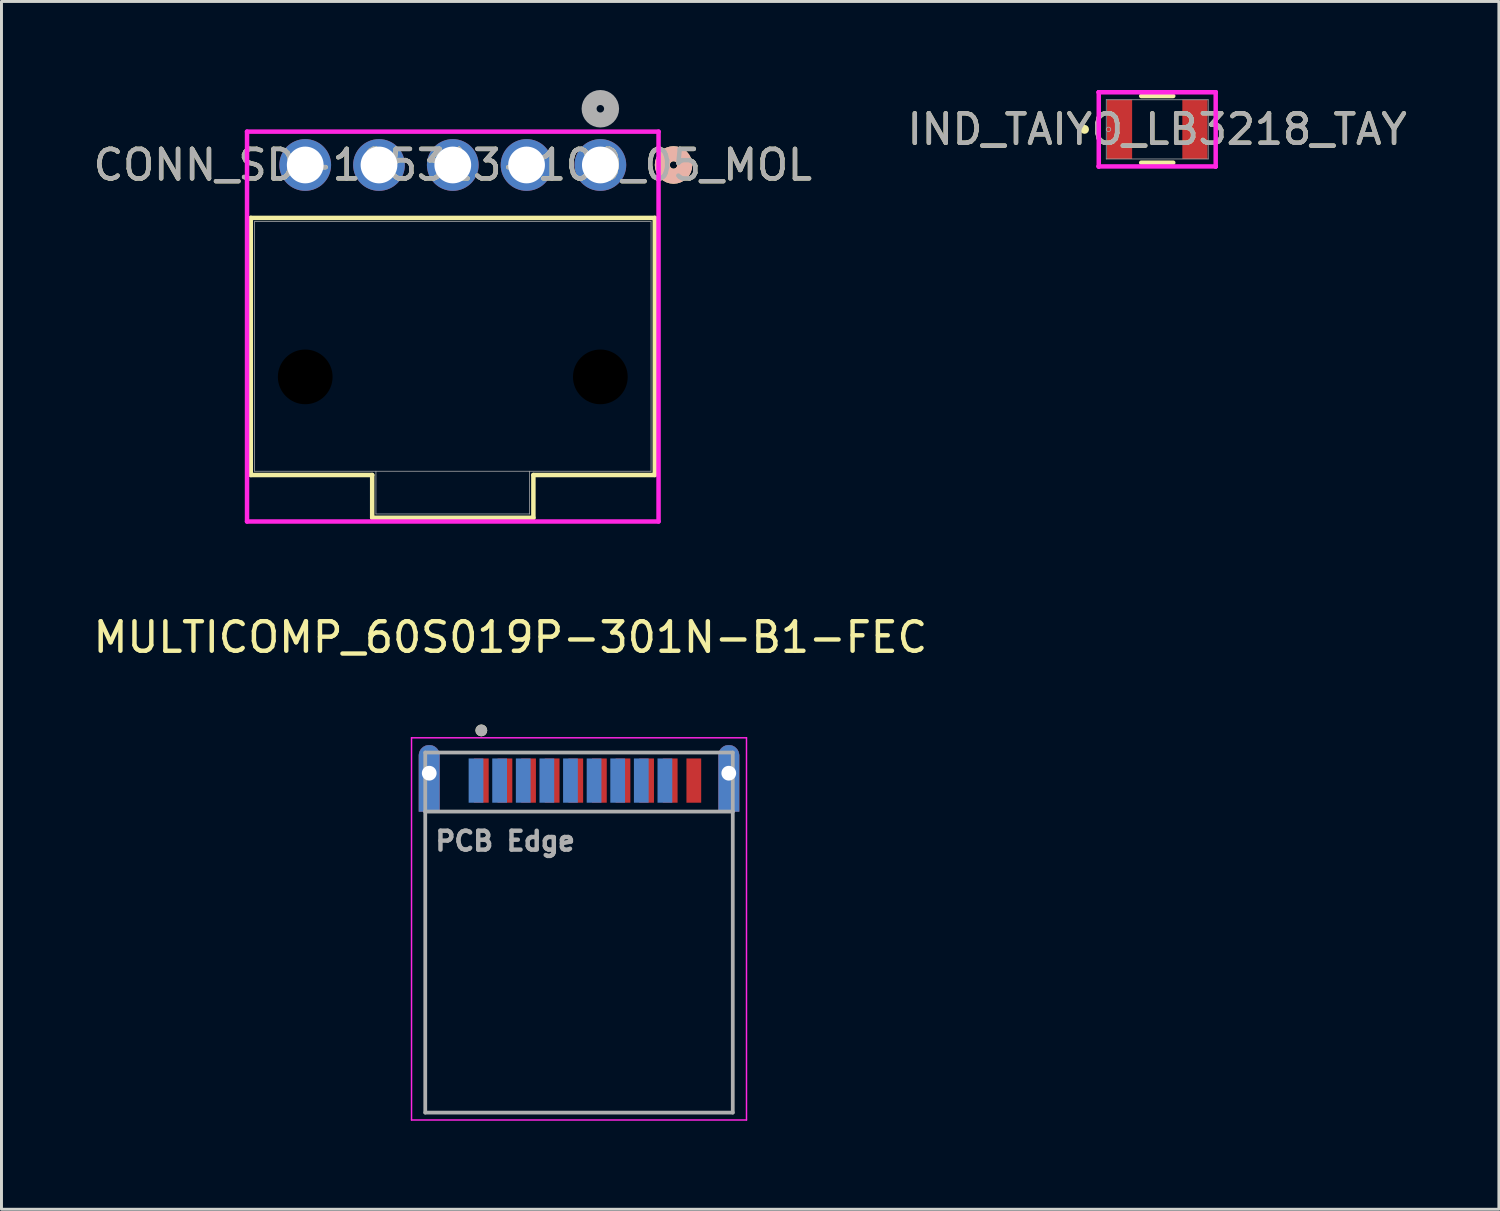
<source format=kicad_pcb>
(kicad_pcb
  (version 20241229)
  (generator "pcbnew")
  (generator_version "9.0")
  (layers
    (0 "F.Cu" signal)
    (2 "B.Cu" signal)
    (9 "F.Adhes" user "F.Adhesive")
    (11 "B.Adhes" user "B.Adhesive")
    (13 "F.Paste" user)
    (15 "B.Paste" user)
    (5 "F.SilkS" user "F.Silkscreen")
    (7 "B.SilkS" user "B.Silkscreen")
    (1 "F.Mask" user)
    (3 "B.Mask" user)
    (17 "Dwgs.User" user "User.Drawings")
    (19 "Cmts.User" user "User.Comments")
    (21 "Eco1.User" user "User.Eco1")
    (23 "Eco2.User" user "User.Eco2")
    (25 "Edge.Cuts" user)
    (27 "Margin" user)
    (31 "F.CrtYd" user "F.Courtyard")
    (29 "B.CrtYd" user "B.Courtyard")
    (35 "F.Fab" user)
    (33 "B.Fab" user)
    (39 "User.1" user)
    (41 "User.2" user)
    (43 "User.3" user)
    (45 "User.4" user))
  (footprint "MULTICOMP_60S019P-301N-B1-FEC"
    (layer "F.Cu")
    (at 16.569 24.449)
    (property "Reference" "MULTICOMP_60S019P-301N-B1-FEC" (at -2.325 -5.905 0) (layer "F.SilkS") (effects (font (size 1 1) (thickness 0.15))))
    (attr smd)
    (fp_poly (pts (xy -4.725 0) (xy -5.425 0) (xy -5.425 -1.9) (xy -5.425 -1.918) (xy -5.423 -1.937) (xy -5.421 -1.955) (xy -5.417 -1.973) (xy -5.413 -1.991) (xy -5.408 -2.008) (xy -5.402 -2.025) (xy -5.395 -2.042) (xy -5.387 -2.059) (xy -5.378 -2.075) (xy -5.369 -2.091) (xy -5.358 -2.106) (xy -5.347 -2.12) (xy -5.335 -2.134) (xy -5.322 -2.147) (xy -5.309 -2.16) (xy -5.295 -2.172) (xy -5.281 -2.183) (xy -5.266 -2.194) (xy -5.25 -2.203) (xy -5.234 -2.212) (xy -5.217 -2.22) (xy -5.2 -2.227) (xy -5.183 -2.233) (xy -5.166 -2.238) (xy -5.148 -2.242) (xy -5.13 -2.246) (xy -5.112 -2.248) (xy -5.093 -2.25) (xy -5.075 -2.25) (xy -5.057 -2.25) (xy -5.038 -2.248) (xy -5.02 -2.246) (xy -5.002 -2.242) (xy -4.984 -2.238) (xy -4.967 -2.233) (xy -4.95 -2.227) (xy -4.933 -2.22) (xy -4.916 -2.212) (xy -4.9 -2.203) (xy -4.884 -2.194) (xy -4.869 -2.183) (xy -4.855 -2.172) (xy -4.841 -2.16) (xy -4.828 -2.147) (xy -4.815 -2.134) (xy -4.803 -2.12) (xy -4.792 -2.106) (xy -4.781 -2.091) (xy -4.772 -2.075) (xy -4.763 -2.059) (xy -4.755 -2.042) (xy -4.748 -2.025) (xy -4.742 -2.008) (xy -4.737 -1.991) (xy -4.733 -1.973) (xy -4.729 -1.955) (xy -4.727 -1.937) (xy -4.725 -1.918) (xy -4.725 -1.9) (xy -4.725 0)) (stroke (width 0.01) (type solid)) (fill yes) (layer "F.Cu"))
    (fp_poly (pts (xy 5.425 0) (xy 4.725 0) (xy 4.725 -1.9) (xy 4.725 -1.918) (xy 4.727 -1.937) (xy 4.729 -1.955) (xy 4.733 -1.973) (xy 4.737 -1.991) (xy 4.742 -2.008) (xy 4.748 -2.025) (xy 4.755 -2.042) (xy 4.763 -2.059) (xy 4.772 -2.075) (xy 4.781 -2.091) (xy 4.792 -2.106) (xy 4.803 -2.12) (xy 4.815 -2.134) (xy 4.828 -2.147) (xy 4.841 -2.16) (xy 4.855 -2.172) (xy 4.869 -2.183) (xy 4.884 -2.194) (xy 4.9 -2.203) (xy 4.916 -2.212) (xy 4.933 -2.22) (xy 4.95 -2.227) (xy 4.967 -2.233) (xy 4.984 -2.238) (xy 5.002 -2.242) (xy 5.02 -2.246) (xy 5.038 -2.248) (xy 5.057 -2.25) (xy 5.075 -2.25) (xy 5.093 -2.25) (xy 5.112 -2.248) (xy 5.13 -2.246) (xy 5.148 -2.242) (xy 5.166 -2.238) (xy 5.183 -2.233) (xy 5.2 -2.227) (xy 5.217 -2.22) (xy 5.234 -2.212) (xy 5.25 -2.203) (xy 5.266 -2.194) (xy 5.281 -2.183) (xy 5.295 -2.172) (xy 5.309 -2.16) (xy 5.322 -2.147) (xy 5.335 -2.134) (xy 5.347 -2.12) (xy 5.358 -2.106) (xy 5.369 -2.091) (xy 5.378 -2.075) (xy 5.387 -2.059) (xy 5.395 -2.042) (xy 5.402 -2.025) (xy 5.408 -2.008) (xy 5.413 -1.991) (xy 5.417 -1.973) (xy 5.421 -1.955) (xy 5.423 -1.937) (xy 5.425 -1.918) (xy 5.425 -1.9) (xy 5.425 0)) (stroke (width 0.01) (type solid)) (fill yes) (layer "F.Cu"))
    (fp_poly (pts (xy -4.625 0.1) (xy -5.525 0.1) (xy -5.525 -1.9) (xy -5.524 -1.924) (xy -5.523 -1.947) (xy -5.519 -1.97) (xy -5.515 -1.994) (xy -5.51 -2.016) (xy -5.503 -2.039) (xy -5.495 -2.061) (xy -5.486 -2.083) (xy -5.476 -2.104) (xy -5.465 -2.125) (xy -5.452 -2.145) (xy -5.439 -2.165) (xy -5.425 -2.183) (xy -5.409 -2.201) (xy -5.393 -2.218) (xy -5.376 -2.234) (xy -5.358 -2.25) (xy -5.34 -2.264) (xy -5.32 -2.277) (xy -5.3 -2.29) (xy -5.279 -2.301) (xy -5.258 -2.311) (xy -5.236 -2.32) (xy -5.214 -2.328) (xy -5.191 -2.335) (xy -5.169 -2.34) (xy -5.145 -2.344) (xy -5.122 -2.348) (xy -5.099 -2.349) (xy -5.075 -2.35) (xy -5.051 -2.349) (xy -5.028 -2.348) (xy -5.005 -2.344) (xy -4.981 -2.34) (xy -4.959 -2.335) (xy -4.936 -2.328) (xy -4.914 -2.32) (xy -4.892 -2.311) (xy -4.871 -2.301) (xy -4.85 -2.29) (xy -4.83 -2.277) (xy -4.81 -2.264) (xy -4.792 -2.25) (xy -4.774 -2.234) (xy -4.757 -2.218) (xy -4.741 -2.201) (xy -4.725 -2.183) (xy -4.711 -2.165) (xy -4.698 -2.145) (xy -4.685 -2.125) (xy -4.674 -2.104) (xy -4.664 -2.083) (xy -4.655 -2.061) (xy -4.647 -2.039) (xy -4.64 -2.016) (xy -4.635 -1.994) (xy -4.631 -1.97) (xy -4.627 -1.947) (xy -4.626 -1.924) (xy -4.625 -1.9) (xy -4.625 0.1)) (stroke (width 0.01) (type solid)) (fill yes) (layer "F.Mask"))
    (fp_poly (pts (xy 5.525 0.1) (xy 4.625 0.1) (xy 4.625 -1.9) (xy 4.626 -1.924) (xy 4.627 -1.947) (xy 4.631 -1.97) (xy 4.635 -1.994) (xy 4.64 -2.016) (xy 4.647 -2.039) (xy 4.655 -2.061) (xy 4.664 -2.083) (xy 4.674 -2.104) (xy 4.685 -2.125) (xy 4.698 -2.145) (xy 4.711 -2.165) (xy 4.725 -2.183) (xy 4.741 -2.201) (xy 4.757 -2.218) (xy 4.774 -2.234) (xy 4.792 -2.25) (xy 4.81 -2.264) (xy 4.83 -2.277) (xy 4.85 -2.29) (xy 4.871 -2.301) (xy 4.892 -2.311) (xy 4.914 -2.32) (xy 4.936 -2.328) (xy 4.959 -2.335) (xy 4.981 -2.34) (xy 5.005 -2.344) (xy 5.028 -2.348) (xy 5.051 -2.349) (xy 5.075 -2.35) (xy 5.099 -2.349) (xy 5.122 -2.348) (xy 5.145 -2.344) (xy 5.169 -2.34) (xy 5.191 -2.335) (xy 5.214 -2.328) (xy 5.236 -2.32) (xy 5.258 -2.311) (xy 5.279 -2.301) (xy 5.3 -2.29) (xy 5.32 -2.277) (xy 5.34 -2.264) (xy 5.358 -2.25) (xy 5.376 -2.234) (xy 5.393 -2.218) (xy 5.409 -2.201) (xy 5.425 -2.183) (xy 5.439 -2.165) (xy 5.452 -2.145) (xy 5.465 -2.125) (xy 5.476 -2.104) (xy 5.486 -2.083) (xy 5.495 -2.061) (xy 5.503 -2.039) (xy 5.51 -2.016) (xy 5.515 -1.994) (xy 5.519 -1.97) (xy 5.523 -1.947) (xy 5.524 -1.924) (xy 5.525 -1.9) (xy 5.525 0.1)) (stroke (width 0.01) (type solid)) (fill yes) (layer "F.Mask"))
    (fp_poly (pts (xy -4.725 0) (xy -5.425 0) (xy -5.425 -1.9) (xy -5.425 -1.918) (xy -5.423 -1.937) (xy -5.421 -1.955) (xy -5.417 -1.973) (xy -5.413 -1.991) (xy -5.408 -2.008) (xy -5.402 -2.025) (xy -5.395 -2.042) (xy -5.387 -2.059) (xy -5.378 -2.075) (xy -5.369 -2.091) (xy -5.358 -2.106) (xy -5.347 -2.12) (xy -5.335 -2.134) (xy -5.322 -2.147) (xy -5.309 -2.16) (xy -5.295 -2.172) (xy -5.281 -2.183) (xy -5.266 -2.194) (xy -5.25 -2.203) (xy -5.234 -2.212) (xy -5.217 -2.22) (xy -5.2 -2.227) (xy -5.183 -2.233) (xy -5.166 -2.238) (xy -5.148 -2.242) (xy -5.13 -2.246) (xy -5.112 -2.248) (xy -5.093 -2.25) (xy -5.075 -2.25) (xy -5.057 -2.25) (xy -5.038 -2.248) (xy -5.02 -2.246) (xy -5.002 -2.242) (xy -4.984 -2.238) (xy -4.967 -2.233) (xy -4.95 -2.227) (xy -4.933 -2.22) (xy -4.916 -2.212) (xy -4.9 -2.203) (xy -4.884 -2.194) (xy -4.869 -2.183) (xy -4.855 -2.172) (xy -4.841 -2.16) (xy -4.828 -2.147) (xy -4.815 -2.134) (xy -4.803 -2.12) (xy -4.792 -2.106) (xy -4.781 -2.091) (xy -4.772 -2.075) (xy -4.763 -2.059) (xy -4.755 -2.042) (xy -4.748 -2.025) (xy -4.742 -2.008) (xy -4.737 -1.991) (xy -4.733 -1.973) (xy -4.729 -1.955) (xy -4.727 -1.937) (xy -4.725 -1.918) (xy -4.725 -1.9) (xy -4.725 0)) (stroke (width 0.01) (type solid)) (fill yes) (layer "B.Cu"))
    (fp_poly (pts (xy 5.425 0) (xy 4.725 0) (xy 4.725 -1.9) (xy 4.725 -1.918) (xy 4.727 -1.937) (xy 4.729 -1.955) (xy 4.733 -1.973) (xy 4.737 -1.991) (xy 4.742 -2.008) (xy 4.748 -2.025) (xy 4.755 -2.042) (xy 4.763 -2.059) (xy 4.772 -2.075) (xy 4.781 -2.091) (xy 4.792 -2.106) (xy 4.803 -2.12) (xy 4.815 -2.134) (xy 4.828 -2.147) (xy 4.841 -2.16) (xy 4.855 -2.172) (xy 4.869 -2.183) (xy 4.884 -2.194) (xy 4.9 -2.203) (xy 4.916 -2.212) (xy 4.933 -2.22) (xy 4.95 -2.227) (xy 4.967 -2.233) (xy 4.984 -2.238) (xy 5.002 -2.242) (xy 5.02 -2.246) (xy 5.038 -2.248) (xy 5.057 -2.25) (xy 5.075 -2.25) (xy 5.093 -2.25) (xy 5.112 -2.248) (xy 5.13 -2.246) (xy 5.148 -2.242) (xy 5.166 -2.238) (xy 5.183 -2.233) (xy 5.2 -2.227) (xy 5.217 -2.22) (xy 5.234 -2.212) (xy 5.25 -2.203) (xy 5.266 -2.194) (xy 5.281 -2.183) (xy 5.295 -2.172) (xy 5.309 -2.16) (xy 5.322 -2.147) (xy 5.335 -2.134) (xy 5.347 -2.12) (xy 5.358 -2.106) (xy 5.369 -2.091) (xy 5.378 -2.075) (xy 5.387 -2.059) (xy 5.395 -2.042) (xy 5.402 -2.025) (xy 5.408 -2.008) (xy 5.413 -1.991) (xy 5.417 -1.973) (xy 5.421 -1.955) (xy 5.423 -1.937) (xy 5.425 -1.918) (xy 5.425 -1.9) (xy 5.425 0)) (stroke (width 0.01) (type solid)) (fill yes) (layer "B.Cu"))
    (fp_poly (pts (xy -4.625 0.1) (xy -5.525 0.1) (xy -5.525 -1.9) (xy -5.524 -1.924) (xy -5.523 -1.947) (xy -5.519 -1.97) (xy -5.515 -1.994) (xy -5.51 -2.016) (xy -5.503 -2.039) (xy -5.495 -2.061) (xy -5.486 -2.083) (xy -5.476 -2.104) (xy -5.465 -2.125) (xy -5.452 -2.145) (xy -5.439 -2.165) (xy -5.425 -2.183) (xy -5.409 -2.201) (xy -5.393 -2.218) (xy -5.376 -2.234) (xy -5.358 -2.25) (xy -5.34 -2.264) (xy -5.32 -2.277) (xy -5.3 -2.29) (xy -5.279 -2.301) (xy -5.258 -2.311) (xy -5.236 -2.32) (xy -5.214 -2.328) (xy -5.191 -2.335) (xy -5.169 -2.34) (xy -5.145 -2.344) (xy -5.122 -2.348) (xy -5.099 -2.349) (xy -5.075 -2.35) (xy -5.051 -2.349) (xy -5.028 -2.348) (xy -5.005 -2.344) (xy -4.981 -2.34) (xy -4.959 -2.335) (xy -4.936 -2.328) (xy -4.914 -2.32) (xy -4.892 -2.311) (xy -4.871 -2.301) (xy -4.85 -2.29) (xy -4.83 -2.277) (xy -4.81 -2.264) (xy -4.792 -2.25) (xy -4.774 -2.234) (xy -4.757 -2.218) (xy -4.741 -2.201) (xy -4.725 -2.183) (xy -4.711 -2.165) (xy -4.698 -2.145) (xy -4.685 -2.125) (xy -4.674 -2.104) (xy -4.664 -2.083) (xy -4.655 -2.061) (xy -4.647 -2.039) (xy -4.64 -2.016) (xy -4.635 -1.994) (xy -4.631 -1.97) (xy -4.627 -1.947) (xy -4.626 -1.924) (xy -4.625 -1.9) (xy -4.625 0.1)) (stroke (width 0.01) (type solid)) (fill yes) (layer "B.Mask"))
    (fp_poly (pts (xy 5.525 0.1) (xy 4.625 0.1) (xy 4.625 -1.9) (xy 4.626 -1.924) (xy 4.627 -1.947) (xy 4.631 -1.97) (xy 4.635 -1.994) (xy 4.64 -2.016) (xy 4.647 -2.039) (xy 4.655 -2.061) (xy 4.664 -2.083) (xy 4.674 -2.104) (xy 4.685 -2.125) (xy 4.698 -2.145) (xy 4.711 -2.165) (xy 4.725 -2.183) (xy 4.741 -2.201) (xy 4.757 -2.218) (xy 4.774 -2.234) (xy 4.792 -2.25) (xy 4.81 -2.264) (xy 4.83 -2.277) (xy 4.85 -2.29) (xy 4.871 -2.301) (xy 4.892 -2.311) (xy 4.914 -2.32) (xy 4.936 -2.328) (xy 4.959 -2.335) (xy 4.981 -2.34) (xy 5.005 -2.344) (xy 5.028 -2.348) (xy 5.051 -2.349) (xy 5.075 -2.35) (xy 5.099 -2.349) (xy 5.122 -2.348) (xy 5.145 -2.344) (xy 5.169 -2.34) (xy 5.191 -2.335) (xy 5.214 -2.328) (xy 5.236 -2.32) (xy 5.258 -2.311) (xy 5.279 -2.301) (xy 5.3 -2.29) (xy 5.32 -2.277) (xy 5.34 -2.264) (xy 5.358 -2.25) (xy 5.376 -2.234) (xy 5.393 -2.218) (xy 5.409 -2.201) (xy 5.425 -2.183) (xy 5.439 -2.165) (xy 5.452 -2.145) (xy 5.465 -2.125) (xy 5.476 -2.104) (xy 5.486 -2.083) (xy 5.495 -2.061) (xy 5.503 -2.039) (xy 5.51 -2.016) (xy 5.515 -1.994) (xy 5.519 -1.97) (xy 5.523 -1.947) (xy 5.524 -1.924) (xy 5.525 -1.9) (xy 5.525 0.1)) (stroke (width 0.01) (type solid)) (fill yes) (layer "B.Mask"))
    (fp_circle (center -3.31 -2.75) (end -3.21 -2.75) (stroke (width 0.2) (type solid)) (fill no) (layer "F.SilkS"))
    (fp_line (start -5.675 -2.5) (end 5.675 -2.5) (stroke (width 0.05) (type solid)) (layer "F.CrtYd"))
    (fp_line (start -5.675 10.45) (end -5.675 -2.5) (stroke (width 0.05) (type solid)) (layer "F.CrtYd"))
    (fp_line (start 5.675 -2.5) (end 5.675 10.45) (stroke (width 0.05) (type solid)) (layer "F.CrtYd"))
    (fp_line (start 5.675 10.45) (end -5.675 10.45) (stroke (width 0.05) (type solid)) (layer "F.CrtYd"))
    (fp_line (start -5.21 0) (end -5.21 -2) (stroke (width 0.127) (type solid)) (layer "F.Fab"))
    (fp_line (start -5.21 10.2) (end -5.21 0) (stroke (width 0.127) (type solid)) (layer "F.Fab"))
    (fp_line (start 5.21 -2) (end -5.21 -2) (stroke (width 0.127) (type solid)) (layer "F.Fab"))
    (fp_line (start 5.21 -2) (end 5.21 0) (stroke (width 0.127) (type solid)) (layer "F.Fab"))
    (fp_line (start 5.21 0) (end -5.21 0) (stroke (width 0.127) (type solid)) (layer "F.Fab"))
    (fp_line (start 5.21 0) (end 5.21 10.2) (stroke (width 0.127) (type solid)) (layer "F.Fab"))
    (fp_line (start 5.21 10.2) (end -5.21 10.2) (stroke (width 0.127) (type solid)) (layer "F.Fab"))
    (fp_circle (center -3.31 -2.75) (end -3.21 -2.75) (stroke (width 0.2) (type solid)) (fill no) (layer "F.Fab"))
    (fp_text user "PCB Edge" (at -2.5 1 0) (layer "F.Fab") (effects (font (size 0.64 0.64) (thickness 0.15))))
    (pad "1" smd rect (at -3.31 -1.05) (size 0.5 1.5) (layers "F.Cu" "F.Mask" "F.Paste"))
    (pad "2" smd rect (at -3.49 -1.05) (size 0.5 1.5) (layers "B.Cu" "B.Mask" "B.Paste"))
    (pad "3" smd rect (at -2.51 -1.05) (size 0.5 1.5) (layers "F.Cu" "F.Mask" "F.Paste"))
    (pad "4" smd rect (at -2.69 -1.05) (size 0.5 1.5) (layers "B.Cu" "B.Mask" "B.Paste"))
    (pad "5" smd rect (at -1.71 -1.05) (size 0.5 1.5) (layers "F.Cu" "F.Mask" "F.Paste"))
    (pad "6" smd rect (at -1.89 -1.05) (size 0.5 1.5) (layers "B.Cu" "B.Mask" "B.Paste"))
    (pad "7" smd rect (at -0.91 -1.05) (size 0.5 1.5) (layers "F.Cu" "F.Mask" "F.Paste"))
    (pad "8" smd rect (at -1.09 -1.05) (size 0.5 1.5) (layers "B.Cu" "B.Mask" "B.Paste"))
    (pad "9" smd rect (at -0.11 -1.05) (size 0.5 1.5) (layers "F.Cu" "F.Mask" "F.Paste"))
    (pad "10" smd rect (at -0.29 -1.05) (size 0.5 1.5) (layers "B.Cu" "B.Mask" "B.Paste"))
    (pad "11" smd rect (at 0.69 -1.05) (size 0.5 1.5) (layers "F.Cu" "F.Mask" "F.Paste"))
    (pad "12" smd rect (at 0.51 -1.05) (size 0.5 1.5) (layers "B.Cu" "B.Mask" "B.Paste"))
    (pad "13" smd rect (at 1.49 -1.05) (size 0.5 1.5) (layers "F.Cu" "F.Mask" "F.Paste"))
    (pad "14" smd rect (at 1.31 -1.05) (size 0.5 1.5) (layers "B.Cu" "B.Mask" "B.Paste"))
    (pad "15" smd rect (at 2.29 -1.05) (size 0.5 1.5) (layers "F.Cu" "F.Mask" "F.Paste"))
    (pad "16" smd rect (at 2.11 -1.05) (size 0.5 1.5) (layers "B.Cu" "B.Mask" "B.Paste"))
    (pad "17" smd rect (at 3.09 -1.05) (size 0.5 1.5) (layers "F.Cu" "F.Mask" "F.Paste"))
    (pad "18" smd rect (at 2.91 -1.05) (size 0.5 1.5) (layers "B.Cu" "B.Mask" "B.Paste"))
    (pad "19" smd rect (at 3.89 -1.05) (size 0.5 1.5) (layers "F.Cu" "F.Mask" "F.Paste"))
    (pad "SH1" thru_hole circle (at -5.075 -1.3) (size 0.6 0.6) (drill 0.5) (layers "*.Cu"))
    (pad "SH2" thru_hole circle (at 5.075 -1.3) (size 0.6 0.6) (drill 0.5) (layers "*.Cu")))
  (footprint "IND_TAIYO_LB3218_TAY"
    (layer "F.Cu")
    (at 36.161 1.333)
    (property "Reference" "IND_TAIYO_LB3218_TAY" (at 0 0 0) (unlocked yes) (layer "F.SilkS") (effects (font (size 1 1) (thickness 0.15))))
    (attr smd)
    (fp_line (start -0.543 1.13) (end 0.543 1.13) (stroke (width 0.152) (type solid)) (layer "F.SilkS"))
    (fp_line (start 0.543 -1.13) (end -0.543 -1.13) (stroke (width 0.152) (type solid)) (layer "F.SilkS"))
    (fp_circle (center -2.464 0) (end -2.388 0) (stroke (width 0.152) (type solid)) (fill no) (layer "F.SilkS"))
    (fp_line (start -1.981 -1.257) (end -1.981 -1.257) (stroke (width 0.152) (type solid)) (layer "F.CrtYd"))
    (fp_line (start -1.981 -1.257) (end -1.981 -1.257) (stroke (width 0.152) (type solid)) (layer "F.CrtYd"))
    (fp_line (start -1.981 -1.257) (end 1.981 -1.257) (stroke (width 0.152) (type solid)) (layer "F.CrtYd"))
    (fp_line (start -1.981 1.257) (end -1.981 -1.257) (stroke (width 0.152) (type solid)) (layer "F.CrtYd"))
    (fp_line (start -1.981 1.257) (end -1.981 1.257) (stroke (width 0.152) (type solid)) (layer "F.CrtYd"))
    (fp_line (start -1.981 1.257) (end -1.981 1.257) (stroke (width 0.152) (type solid)) (layer "F.CrtYd"))
    (fp_line (start 1.981 -1.257) (end 1.981 -1.257) (stroke (width 0.152) (type solid)) (layer "F.CrtYd"))
    (fp_line (start 1.981 -1.257) (end 1.981 -1.257) (stroke (width 0.152) (type solid)) (layer "F.CrtYd"))
    (fp_line (start 1.981 -1.257) (end 1.981 1.257) (stroke (width 0.152) (type solid)) (layer "F.CrtYd"))
    (fp_line (start 1.981 1.257) (end -1.981 1.257) (stroke (width 0.152) (type solid)) (layer "F.CrtYd"))
    (fp_line (start 1.981 1.257) (end 1.981 1.257) (stroke (width 0.152) (type solid)) (layer "F.CrtYd"))
    (fp_line (start 1.981 1.257) (end 1.981 1.257) (stroke (width 0.152) (type solid)) (layer "F.CrtYd"))
    (fp_line (start -1.727 -1.003) (end -1.727 1.003) (stroke (width 0.025) (type solid)) (layer "F.Fab"))
    (fp_line (start -1.727 1.003) (end 1.727 1.003) (stroke (width 0.025) (type solid)) (layer "F.Fab"))
    (fp_line (start 1.727 -1.003) (end -1.727 -1.003) (stroke (width 0.025) (type solid)) (layer "F.Fab"))
    (fp_line (start 1.727 1.003) (end 1.727 -1.003) (stroke (width 0.025) (type solid)) (layer "F.Fab"))
    (fp_circle (center -1.651 0) (end -1.575 0) (stroke (width 0.025) (type solid)) (fill no) (layer "F.Fab"))
    (fp_text user "${REFERENCE}" (at 0 0 0) (unlocked yes) (layer "F.Fab") (effects (font (size 1 1) (thickness 0.15))))
    (pad "1" smd rect (at -1.276 0) (size 0.851 2.007) (layers "F.Cu" "F.Mask" "F.Paste"))
    (pad "2" smd rect (at 1.276 0) (size 0.851 2.007) (layers "F.Cu" "F.Mask" "F.Paste"))
    (zone (net_name "") (layer "F.Cu") (hatch full 0.508) (connect_pads) (min_thickness 0.254) (filled_areas_thickness no) (keepout (tracks not_allowed) (vias not_allowed) (pads allowed) (copperpour not_allowed) (footprints allowed)) (placement (enabled no)) (fill) (polygon (pts (xy 35.361 0.381) (xy 36.961 0.381) (xy 36.961 2.286) (xy 35.361 2.286)))))
  (footprint "CONN_SD-105313-100_05_MOL"
    (layer "F.Cu")
    (at 17.292 2.54)
    (property "Reference" "CONN_SD-105313-100_05_MOL" (at -5 0 0) (unlocked yes) (layer "F.SilkS") (effects (font (size 1 1) (thickness 0.15))))
    (attr through_hole)
    (fp_line (start -11.845 1.793) (end -11.845 10.505) (stroke (width 0.152) (type solid)) (layer "F.SilkS"))
    (fp_line (start -11.845 10.505) (end -7.731 10.505) (stroke (width 0.152) (type solid)) (layer "F.SilkS"))
    (fp_line (start -7.731 10.505) (end -7.731 11.953) (stroke (width 0.152) (type solid)) (layer "F.SilkS"))
    (fp_line (start -7.731 11.953) (end -2.269 11.953) (stroke (width 0.152) (type solid)) (layer "F.SilkS"))
    (fp_line (start -2.269 10.505) (end 1.845 10.505) (stroke (width 0.152) (type solid)) (layer "F.SilkS"))
    (fp_line (start -2.269 11.953) (end -2.269 10.505) (stroke (width 0.152) (type solid)) (layer "F.SilkS"))
    (fp_line (start 1.845 1.793) (end -11.845 1.793) (stroke (width 0.152) (type solid)) (layer "F.SilkS"))
    (fp_line (start 1.845 10.505) (end 1.845 1.793) (stroke (width 0.152) (type solid)) (layer "F.SilkS"))
    (fp_circle (center 2.48 0) (end 2.861 0) (stroke (width 0.508) (type solid)) (fill no) (layer "F.SilkS"))
    (fp_circle (center 2.48 0) (end 2.861 0) (stroke (width 0.508) (type solid)) (fill no) (layer "B.SilkS"))
    (fp_line (start -11.972 -1.13) (end -11.972 12.08) (stroke (width 0.152) (type solid)) (layer "F.CrtYd"))
    (fp_line (start -11.972 12.08) (end 1.972 12.08) (stroke (width 0.152) (type solid)) (layer "F.CrtYd"))
    (fp_line (start 1.972 -1.13) (end -11.972 -1.13) (stroke (width 0.152) (type solid)) (layer "F.CrtYd"))
    (fp_line (start 1.972 12.08) (end 1.972 -1.13) (stroke (width 0.152) (type solid)) (layer "F.CrtYd"))
    (fp_line (start -11.718 1.92) (end -11.718 10.378) (stroke (width 0.025) (type solid)) (layer "F.Fab"))
    (fp_line (start -11.718 10.378) (end 1.718 10.378) (stroke (width 0.025) (type solid)) (layer "F.Fab"))
    (fp_line (start -7.604 10.378) (end -7.604 11.826) (stroke (width 0.025) (type solid)) (layer "F.Fab"))
    (fp_line (start -7.604 11.826) (end -2.397 11.826) (stroke (width 0.025) (type solid)) (layer "F.Fab"))
    (fp_line (start -2.397 10.378) (end -2.397 11.826) (stroke (width 0.025) (type solid)) (layer "F.Fab"))
    (fp_line (start 1.718 1.92) (end -11.718 1.92) (stroke (width 0.025) (type solid)) (layer "F.Fab"))
    (fp_line (start 1.718 10.378) (end 1.718 1.92) (stroke (width 0.025) (type solid)) (layer "F.Fab"))
    (fp_circle (center 0 -1.905) (end 0.381 -1.905) (stroke (width 0.508) (type solid)) (fill no) (layer "F.Fab"))
    (fp_text user "${REFERENCE}" (at -5 0 0) (unlocked yes) (layer "F.Fab") (effects (font (size 1 1) (thickness 0.15))))
    (pad "" np_thru_hole circle (at -10 7.18) (size 1.854 1.854) (drill 1.854) (layers))
    (pad "" np_thru_hole circle (at 0 7.18) (size 1.854 1.854) (drill 1.854) (layers))
    (pad "1" thru_hole circle (at 0 0) (size 1.753 1.753) (drill 1.245) (layers "*.Cu" "*.Mask"))
    (pad "2" thru_hole circle (at -2.5 0) (size 1.753 1.753) (drill 1.245) (layers "*.Cu" "*.Mask"))
    (pad "3" thru_hole circle (at -5 0) (size 1.753 1.753) (drill 1.245) (layers "*.Cu" "*.Mask"))
    (pad "4" thru_hole circle (at -7.5 0) (size 1.753 1.753) (drill 1.245) (layers "*.Cu" "*.Mask"))
    (pad "5" thru_hole circle (at -10 0) (size 1.753 1.753) (drill 1.245) (layers "*.Cu" "*.Mask")))
  (gr_rect
    (start -3 -3)
    (end 47.738 37.924)
    (stroke (width 0.1) (type default))
    (fill no)
    (layer "Edge.Cuts")))
</source>
